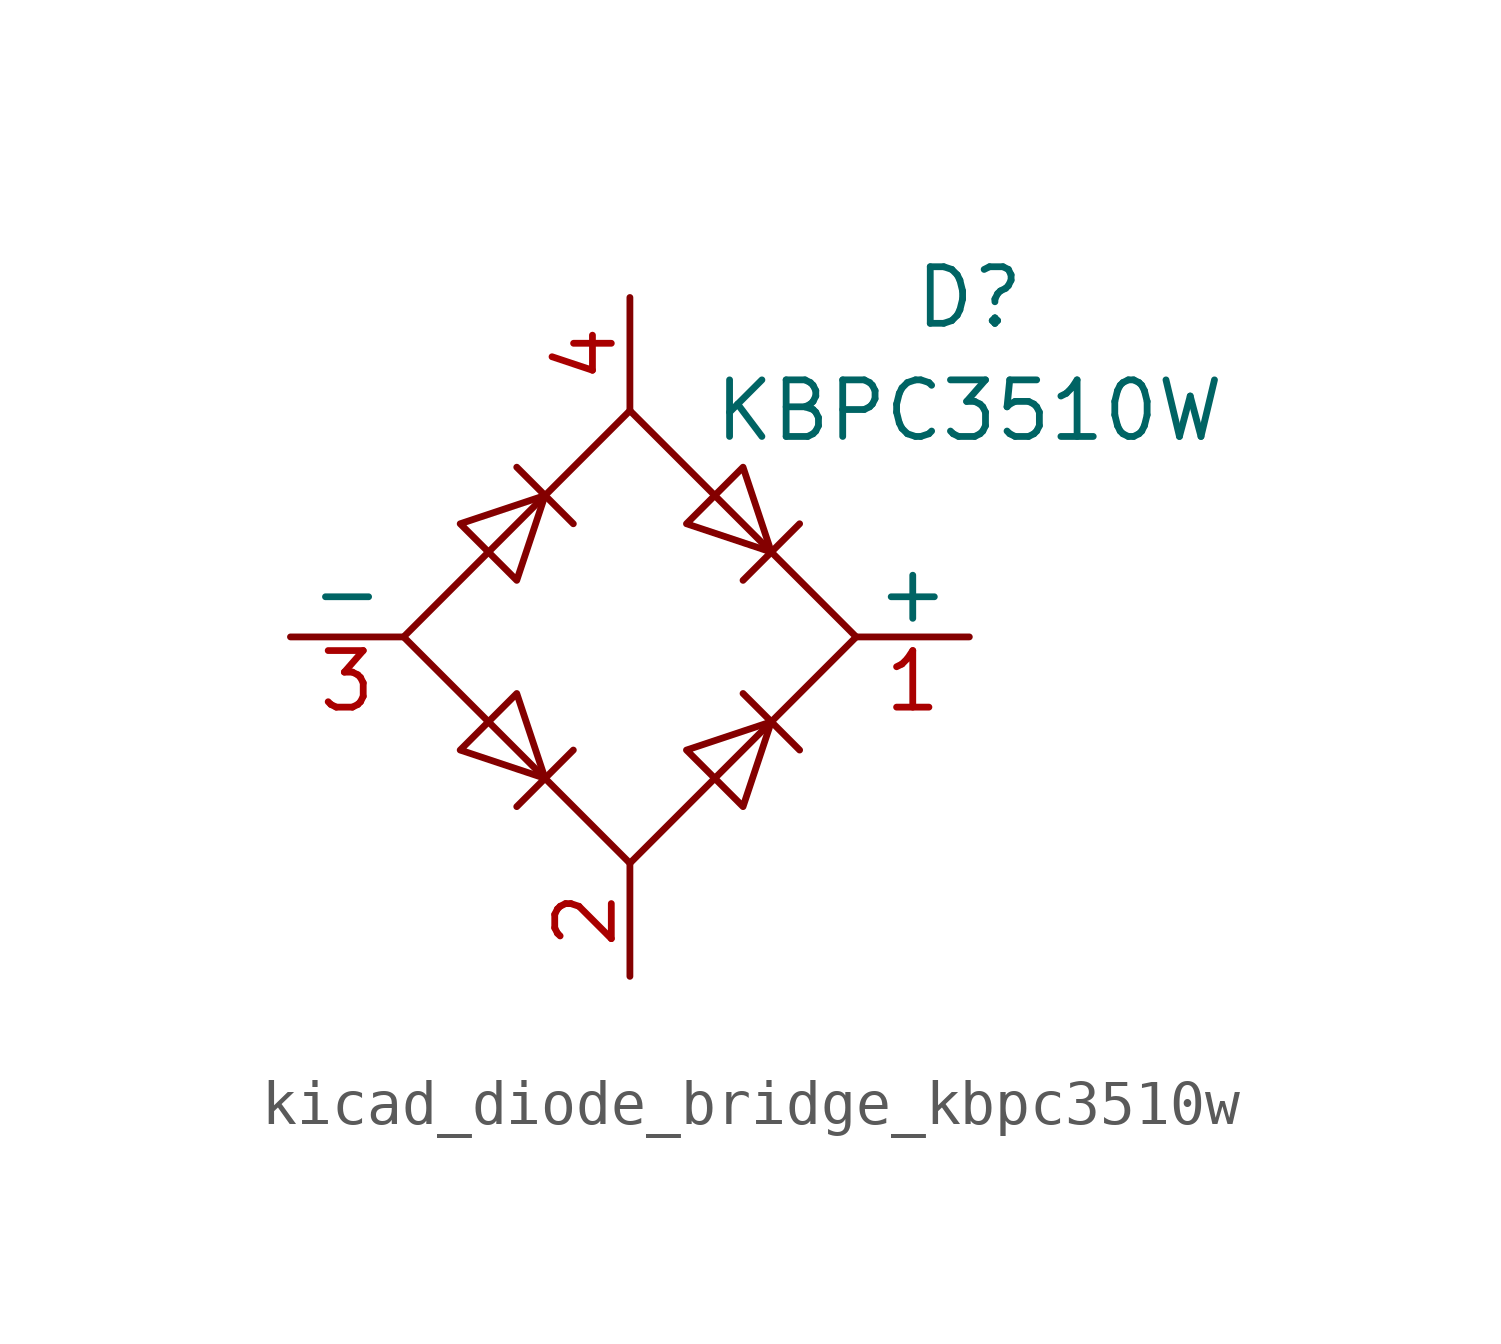
<source format=kicad_sym>
(kicad_symbol_lib
  (version 20220914)
  (generator kicad_symbol_editor)
  (symbol "kicad_diode_bridge_kbpc3510w"
    (pin_names
      (offset 0))
    (property "Reference" "D"
      (at 7.62 7.62 0)
      (effects (font (size 1.27 1.27))))
    (property "Value" "KBPC3510W"
      (at 7.62 5.08 0)
      (effects (font (size 1.27 1.27))))
    (symbol "kicad_diode_bridge_kbpc3510w_0_1"
      (polyline (pts (xy -2.54 3.81) (xy -1.27 2.54)) (stroke (width 0) (type default)) (fill (type none)))
      (polyline (pts (xy -1.27 -2.54) (xy -2.54 -3.81)) (stroke (width 0) (type default)) (fill (type none)))
      (polyline (pts (xy 2.54 -1.27) (xy 3.81 -2.54)) (stroke (width 0) (type default)) (fill (type none)))
      (polyline (pts (xy 2.54 1.27) (xy 3.81 2.54)) (stroke (width 0) (type default)) (fill (type none)))
      (polyline (pts (xy -3.81 2.54) (xy -2.54 1.27) (xy -1.905 3.175) (xy -3.81 2.54)) (stroke (width 0) (type default)) (fill (type none)))
      (polyline (pts (xy -2.54 -1.27) (xy -3.81 -2.54) (xy -1.905 -3.175) (xy -2.54 -1.27)) (stroke (width 0) (type default)) (fill (type none)))
      (polyline (pts (xy 1.27 2.54) (xy 2.54 3.81) (xy 3.175 1.905) (xy 1.27 2.54)) (stroke (width 0) (type default)) (fill (type none)))
      (polyline (pts (xy 3.175 -1.905) (xy 1.27 -2.54) (xy 2.54 -3.81) (xy 3.175 -1.905)) (stroke (width 0) (type default)) (fill (type none)))
      (polyline (pts (xy -5.08 0) (xy 0 -5.08) (xy 5.08 0) (xy 0 5.08) (xy -5.08 0)) (stroke (width 0) (type default)) (fill (type none))))
    (symbol "kicad_diode_bridge_kbpc3510w_1_1"
      (pin passive line (at 7.62 0 180) (length 2.54) (name "+" (effects (font (size 1.27 1.27)))) (number "1" (effects (font (size 1.27 1.27)))))
      (pin passive line (at 0 -7.62 90) (length 2.54) (name "~" (effects (font (size 1.27 1.27)))) (number "2" (effects (font (size 1.27 1.27)))))
      (pin passive line (at -7.62 0 0) (length 2.54) (name "-" (effects (font (size 1.27 1.27)))) (number "3" (effects (font (size 1.27 1.27)))))
      (pin passive line (at 0 7.62 270) (length 2.54) (name "~" (effects (font (size 1.27 1.27)))) (number "4" (effects (font (size 1.27 1.27))))))))
</source>
